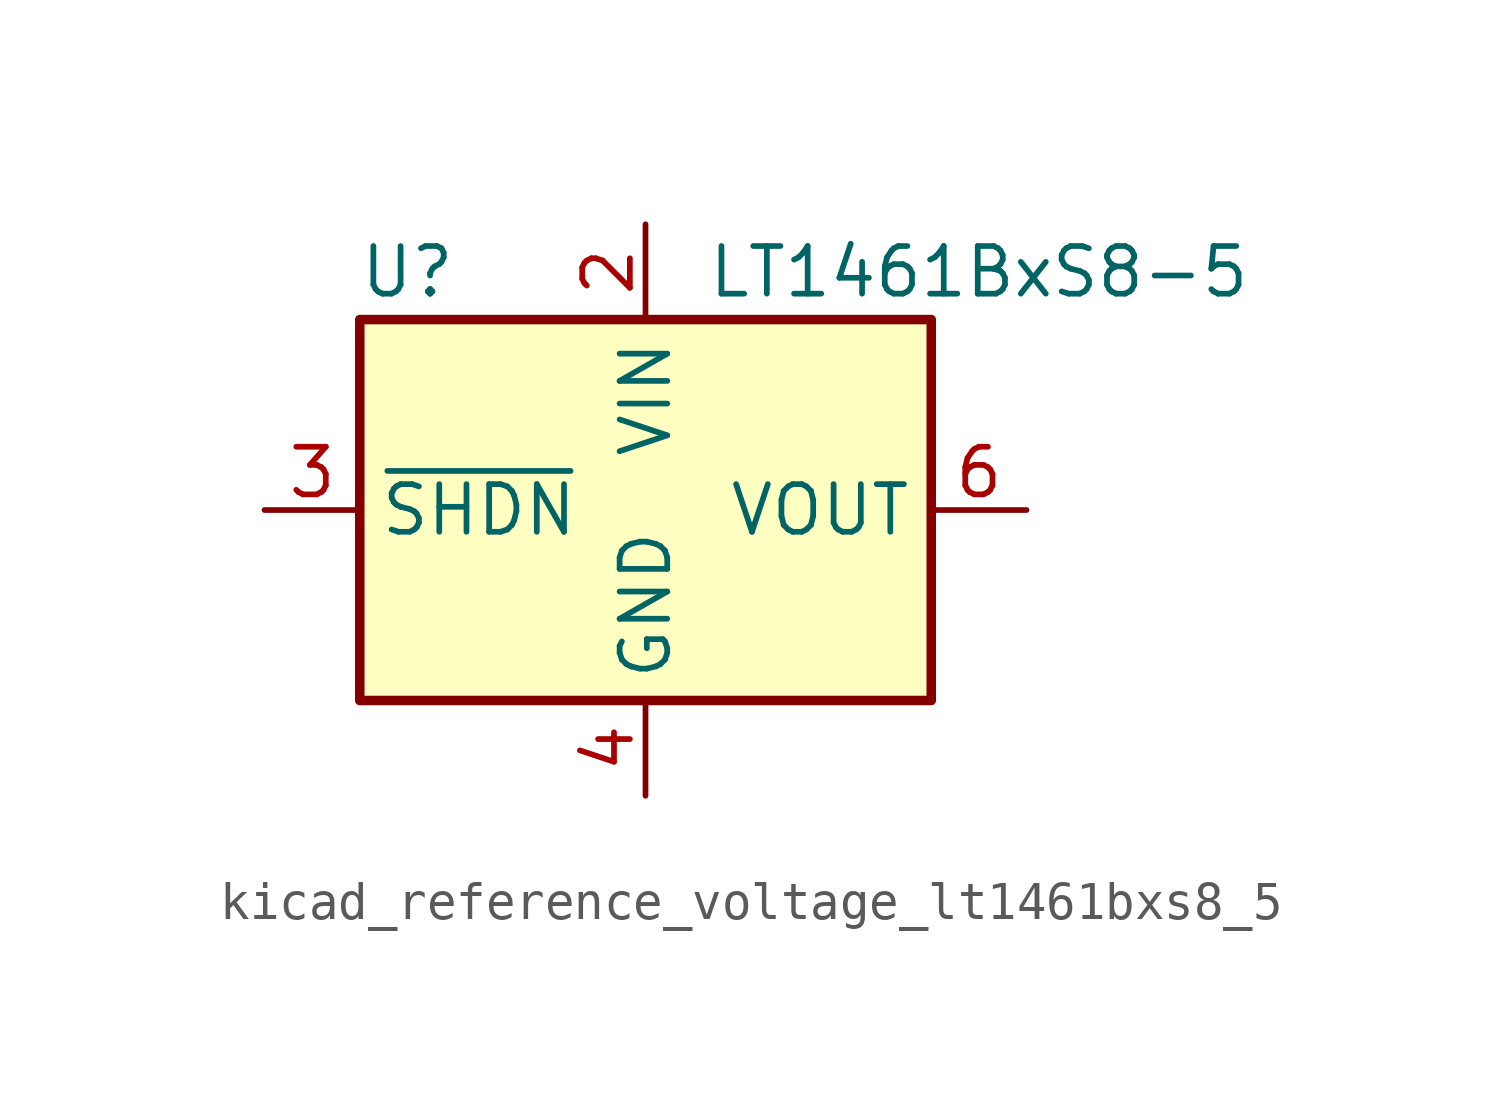
<source format=kicad_sym>
(kicad_symbol_lib
  (version 20220914)
  (generator kicad_symbol_editor)
  (symbol "kicad_reference_voltage_lt1461bxs8_5"
    (property "Reference" "U"
      (at -6.35 6.35 0)
      (effects (font (size 1.27 1.27))))
    (property "Value" "LT1461BxS8-5"
      (at 8.89 6.35 0)
      (effects (font (size 1.27 1.27))))
    (symbol "kicad_reference_voltage_lt1461bxs8_5_1_1"
      (rectangle (start -7.62 5.08) (end 7.62 -5.08) (stroke (width 0.254) (type default)) (fill (type background)))
      (pin no_connect line (at 7.62 -2.54 180) (length 2.54) hide (name "DNC" (effects (font (size 1.27 1.27)))) (number "1" (effects (font (size 1.27 1.27)))))
      (pin power_in line (at 0 7.62 270) (length 2.54) (name "VIN" (effects (font (size 1.27 1.27)))) (number "2" (effects (font (size 1.27 1.27)))))
      (pin input line (at -10.16 0 0) (length 2.54) (name "~{SHDN}" (effects (font (size 1.27 1.27)))) (number "3" (effects (font (size 1.27 1.27)))))
      (pin power_in line (at 0 -7.62 90) (length 2.54) (name "GND" (effects (font (size 1.27 1.27)))) (number "4" (effects (font (size 1.27 1.27)))))
      (pin no_connect line (at -7.62 -2.54 0) (length 2.54) hide (name "DNC" (effects (font (size 1.27 1.27)))) (number "5" (effects (font (size 1.27 1.27)))))
      (pin power_out line (at 10.16 0 180) (length 2.54) (name "VOUT" (effects (font (size 1.27 1.27)))) (number "6" (effects (font (size 1.27 1.27)))))
      (pin no_connect line (at -7.62 2.54 0) (length 2.54) hide (name "DNC" (effects (font (size 1.27 1.27)))) (number "7" (effects (font (size 1.27 1.27)))))
      (pin no_connect line (at 7.62 2.54 180) (length 2.54) hide (name "DNC" (effects (font (size 1.27 1.27)))) (number "8" (effects (font (size 1.27 1.27))))))))
</source>
